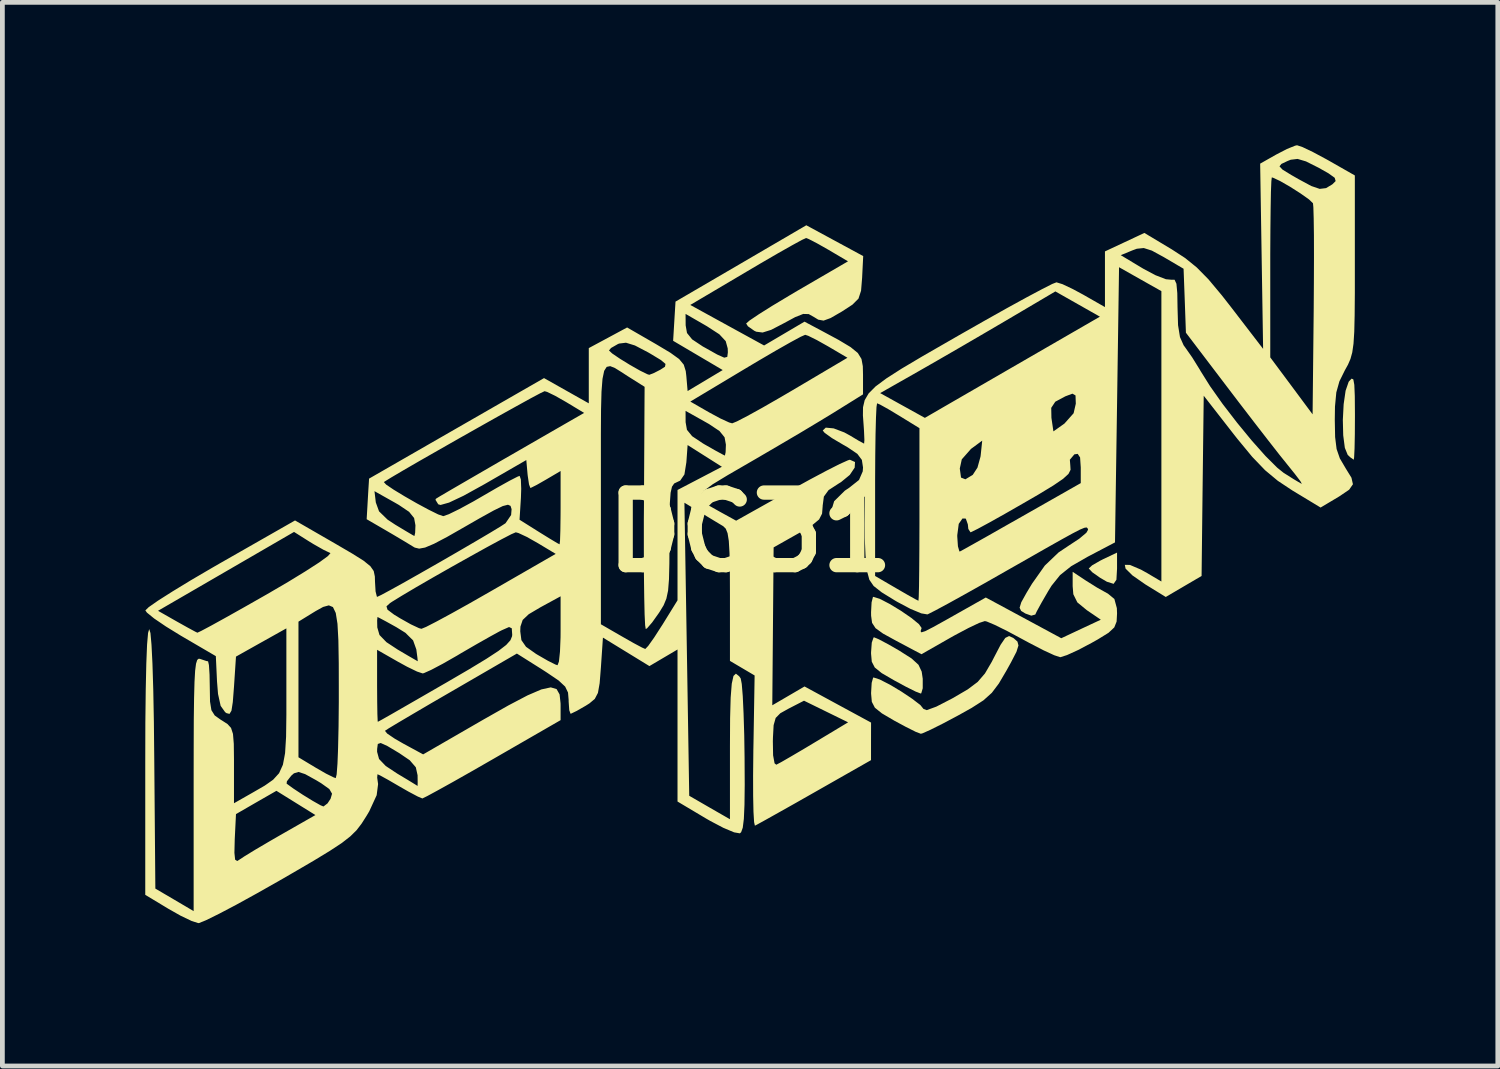
<source format=kicad_pcb>
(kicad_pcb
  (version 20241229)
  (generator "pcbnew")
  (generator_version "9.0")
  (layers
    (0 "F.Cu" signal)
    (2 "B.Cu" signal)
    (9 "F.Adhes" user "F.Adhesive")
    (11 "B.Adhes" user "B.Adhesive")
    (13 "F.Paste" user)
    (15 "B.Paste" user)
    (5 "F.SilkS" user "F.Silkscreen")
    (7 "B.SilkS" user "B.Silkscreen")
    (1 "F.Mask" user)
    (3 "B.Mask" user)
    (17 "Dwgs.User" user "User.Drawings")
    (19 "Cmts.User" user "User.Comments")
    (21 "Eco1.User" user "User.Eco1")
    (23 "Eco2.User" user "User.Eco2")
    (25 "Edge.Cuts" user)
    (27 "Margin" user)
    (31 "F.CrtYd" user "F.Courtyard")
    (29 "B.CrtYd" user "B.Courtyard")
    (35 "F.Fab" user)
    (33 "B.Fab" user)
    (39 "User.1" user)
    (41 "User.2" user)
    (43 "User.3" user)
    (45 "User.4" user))
  (footprint "DC31"
    (layer "F.Cu")
    (at 12.7 8.127)
    (property "Reference" "DC31" (at 0 0 0) (layer "F.SilkS") (effects (font (size 1.524 1.524) (thickness 0.3))))
    (attr board_only exclude_from_pos_files exclude_from_bom)
    (fp_poly (pts (xy 7.705 0.763) (xy 7.692 0.996) (xy 7.633 1.082) (xy 7.492 1.038) (xy 7.345 0.952) (xy 7.185 0.839) (xy 7.112 0.761) (xy 7.112 0.758) (xy 7.181 0.694) (xy 7.351 0.596) (xy 7.408 0.567) (xy 7.705 0.426)) (stroke (width 0) (type solid)) (fill yes) (layer "F.SilkS"))
    (fp_poly (pts (xy 12.666 -3.211) (xy 12.687 -3.097) (xy 12.697 -2.862) (xy 12.7 -2.485) (xy 12.7 -2.429) (xy 12.698 -2.061) (xy 12.692 -1.764) (xy 12.683 -1.575) (xy 12.675 -1.524) (xy 12.602 -1.575) (xy 12.548 -1.626) (xy 12.488 -1.774) (xy 12.454 -2.036) (xy 12.446 -2.359) (xy 12.463 -2.689) (xy 12.504 -2.973) (xy 12.568 -3.159) (xy 12.576 -3.17) (xy 12.63 -3.227)) (stroke (width 0) (type solid)) (fill yes) (layer "F.SilkS"))
    (fp_poly (pts (xy 2.704 2.247) (xy 2.904 2.353) (xy 3.133 2.485) (xy 3.392 2.65) (xy 3.536 2.782) (xy 3.603 2.925) (xy 3.625 3.075) (xy 3.625 3.275) (xy 3.594 3.38) (xy 3.582 3.385) (xy 3.478 3.345) (xy 3.273 3.243) (xy 3.027 3.11) (xy 2.764 2.957) (xy 2.618 2.839) (xy 2.555 2.717) (xy 2.54 2.549) (xy 2.54 2.52) (xy 2.555 2.316) (xy 2.592 2.209) (xy 2.603 2.205)) (stroke (width 0) (type solid)) (fill yes) (layer "F.SilkS"))
    (fp_poly (pts (xy 5.522 2.216) (xy 5.539 2.228) (xy 5.614 2.295) (xy 5.635 2.376) (xy 5.593 2.509) (xy 5.479 2.73) (xy 5.383 2.903) (xy 5.223 3.175) (xy 5.076 3.37) (xy 4.9 3.528) (xy 4.651 3.688) (xy 4.364 3.848) (xy 4.05 4.015) (xy 3.792 4.144) (xy 3.625 4.219) (xy 3.585 4.23) (xy 3.479 4.19) (xy 3.273 4.087) (xy 3.028 3.955) (xy 2.766 3.801) (xy 2.62 3.683) (xy 2.556 3.56) (xy 2.541 3.391) (xy 2.541 3.365) (xy 2.553 3.161) (xy 2.583 3.053) (xy 2.593 3.048) (xy 2.724 3.091) (xy 2.935 3.199) (xy 3.177 3.344) (xy 3.406 3.497) (xy 3.576 3.628) (xy 3.641 3.709) (xy 3.709 3.734) (xy 3.909 3.661) (xy 4.239 3.491) (xy 4.25 3.485) (xy 4.567 3.3) (xy 4.778 3.142) (xy 4.932 2.963) (xy 5.075 2.718) (xy 5.12 2.63) (xy 5.261 2.36) (xy 5.358 2.218) (xy 5.436 2.178)) (stroke (width 0) (type solid)) (fill yes) (layer "F.SilkS"))
    (fp_poly (pts (xy 7.048 1.012) (xy 7.284 1.16) (xy 7.495 1.278) (xy 7.514 1.288) (xy 7.649 1.4) (xy 7.701 1.593) (xy 7.705 1.703) (xy 7.696 1.874) (xy 7.647 1.997) (xy 7.526 2.11) (xy 7.301 2.249) (xy 7.167 2.324) (xy 6.887 2.472) (xy 6.654 2.578) (xy 6.516 2.622) (xy 6.511 2.622) (xy 6.388 2.582) (xy 6.158 2.476) (xy 5.863 2.323) (xy 5.715 2.243) (xy 5.404 2.076) (xy 5.142 1.946) (xy 4.969 1.873) (xy 4.929 1.864) (xy 4.809 1.903) (xy 4.586 2.009) (xy 4.301 2.16) (xy 4.21 2.211) (xy 3.598 2.56) (xy 3.069 2.279) (xy 2.792 2.127) (xy 2.634 2.013) (xy 2.561 1.901) (xy 2.541 1.752) (xy 2.54 1.677) (xy 2.551 1.471) (xy 2.579 1.36) (xy 2.588 1.355) (xy 2.723 1.397) (xy 2.93 1.504) (xy 3.166 1.647) (xy 3.386 1.798) (xy 3.545 1.928) (xy 3.601 2.009) (xy 3.601 2.011) (xy 3.58 2.076) (xy 3.597 2.101) (xy 3.676 2.076) (xy 3.842 1.991) (xy 4.118 1.838) (xy 4.286 1.743) (xy 4.949 1.369) (xy 5.741 1.796) (xy 6.534 2.224) (xy 6.949 2.029) (xy 7.364 1.835) (xy 7.069 1.634) (xy 6.871 1.471) (xy 6.787 1.301) (xy 6.773 1.132) (xy 6.773 0.83)) (stroke (width 0) (type solid)) (fill yes) (layer "F.SilkS"))
    (fp_poly (pts (xy 11.601 -8.088) (xy 11.819 -7.984) (xy 12.095 -7.836) (xy 12.14 -7.811) (xy 12.698 -7.493) (xy 12.698 -5.63) (xy 12.698 -5.022) (xy 12.694 -4.557) (xy 12.686 -4.212) (xy 12.67 -3.96) (xy 12.644 -3.778) (xy 12.606 -3.64) (xy 12.554 -3.52) (xy 12.487 -3.399) (xy 12.374 -3.17) (xy 12.309 -2.938) (xy 12.281 -2.642) (xy 12.277 -2.36) (xy 12.284 -1.999) (xy 12.315 -1.749) (xy 12.383 -1.552) (xy 12.5 -1.353) (xy 12.502 -1.349) (xy 12.627 -1.146) (xy 12.658 -1.009) (xy 12.578 -0.894) (xy 12.373 -0.755) (xy 12.276 -0.697) (xy 11.979 -0.52) (xy 11.387 -0.878) (xy 11.081 -1.081) (xy 10.813 -1.304) (xy 10.543 -1.585) (xy 10.231 -1.963) (xy 10.16 -2.053) (xy 9.525 -2.868) (xy 9.502 -0.975) (xy 9.48 0.917) (xy 9.104 1.137) (xy 8.728 1.358) (xy 8.301 1.095) (xy 8.028 0.905) (xy 7.884 0.762) (xy 7.868 0.683) (xy 7.976 0.685) (xy 8.206 0.783) (xy 8.335 0.855) (xy 8.636 1.033) (xy 8.636 -5.064) (xy 8.191 -5.315) (xy 7.747 -5.566) (xy 7.705 -2.677) (xy 7.662 0.212) (xy 7.083 0.516) (xy 6.742 0.712) (xy 6.509 0.898) (xy 6.33 1.121) (xy 6.259 1.236) (xy 6.12 1.476) (xy 6.02 1.659) (xy 5.988 1.727) (xy 5.904 1.75) (xy 5.78 1.705) (xy 5.69 1.65) (xy 5.659 1.583) (xy 5.694 1.469) (xy 5.804 1.271) (xy 5.92 1.079) (xy 6.188 0.699) (xy 6.477 0.423) (xy 6.683 0.285) (xy 6.911 0.135) (xy 7.06 0.01) (xy 7.097 -0.054) (xy 7.086 -0.085) (xy 7.066 -0.102) (xy 7.019 -0.095) (xy 6.927 -0.057) (xy 6.772 0.023) (xy 6.536 0.153) (xy 6.199 0.343) (xy 5.745 0.602) (xy 5.402 0.797) (xy 4.933 1.064) (xy 4.509 1.302) (xy 4.153 1.499) (xy 3.889 1.641) (xy 3.741 1.716) (xy 3.723 1.724) (xy 3.594 1.702) (xy 3.368 1.608) (xy 3.091 1.461) (xy 3.048 1.436) (xy 2.764 1.261) (xy 2.594 1.127) (xy 2.504 0.996) (xy 2.483 0.917) (xy 2.625 0.917) (xy 3.069 1.176) (xy 3.306 1.313) (xy 3.476 1.408) (xy 3.535 1.437) (xy 3.541 1.357) (xy 3.547 1.133) (xy 3.551 0.787) (xy 3.554 0.346) (xy 3.555 0.06) (xy 4.35 0.06) (xy 4.35 0.089) (xy 4.364 0.294) (xy 4.394 0.399) (xy 4.405 0.403) (xy 4.492 0.356) (xy 4.701 0.239) (xy 5.007 0.067) (xy 5.383 -0.147) (xy 5.699 -0.326) (xy 6.943 -1.033) (xy 6.943 -1.361) (xy 6.929 -1.571) (xy 6.879 -1.647) (xy 6.809 -1.637) (xy 6.714 -1.524) (xy 6.724 -1.395) (xy 6.729 -1.312) (xy 6.685 -1.226) (xy 6.571 -1.122) (xy 6.367 -0.983) (xy 6.051 -0.791) (xy 5.726 -0.603) (xy 5.349 -0.387) (xy 5.024 -0.205) (xy 4.78 -0.073) (xy 4.644 -0.006) (xy 4.627 0) (xy 4.582 -0.071) (xy 4.572 -0.167) (xy 4.529 -0.288) (xy 4.459 -0.29) (xy 4.381 -0.177) (xy 4.35 0.06) (xy 3.555 0.06) (xy 3.556 -0.167) (xy 3.556 -0.374) (xy 3.556 -1.339) (xy 4.403 -1.339) (xy 4.429 -1.149) (xy 4.521 -1.113) (xy 4.675 -1.206) (xy 4.774 -1.358) (xy 4.838 -1.589) (xy 4.842 -1.619) (xy 4.874 -1.925) (xy 4.638 -1.751) (xy 4.445 -1.532) (xy 4.403 -1.339) (xy 3.556 -1.339) (xy 3.556 -2.187) (xy 3.131 -2.448) (xy 2.898 -2.588) (xy 2.727 -2.683) (xy 2.666 -2.709) (xy 2.654 -2.629) (xy 2.643 -2.403) (xy 2.634 -2.058) (xy 2.628 -1.616) (xy 2.625 -1.103) (xy 2.625 -0.896) (xy 2.625 0.917) (xy 2.483 0.917) (xy 2.459 0.829) (xy 2.448 0.756) (xy 2.423 0.48) (xy 2.408 0.121) (xy 2.406 -0.175) (xy 2.413 -0.753) (xy 2.053 -0.542) (xy 1.848 -0.437) (xy 1.718 -0.398) (xy 1.693 -0.413) (xy 1.765 -0.653) (xy 1.989 -0.874) (xy 2.083 -0.937) (xy 2.287 -1.099) (xy 2.365 -1.279) (xy 2.371 -1.362) (xy 2.347 -1.52) (xy 2.252 -1.647) (xy 2.05 -1.784) (xy 1.949 -1.842) (xy 1.719 -1.978) (xy 1.565 -2.089) (xy 1.525 -2.138) (xy 1.589 -2.198) (xy 1.755 -2.182) (xy 1.979 -2.097) (xy 2.098 -2.032) (xy 2.28 -1.923) (xy 2.386 -1.866) (xy 2.394 -1.863) (xy 2.4 -1.938) (xy 2.392 -2.129) (xy 2.384 -2.246) (xy 2.369 -2.454) (xy 2.371 -2.626) (xy 2.406 -2.774) (xy 2.488 -2.915) (xy 2.496 -2.923) (xy 2.731 -2.923) (xy 3.2 -2.663) (xy 3.67 -2.403) (xy 4.032 -2.613) (xy 6.323 -2.613) (xy 6.327 -2.405) (xy 6.332 -2.37) (xy 6.369 -2.119) (xy 6.6 -2.283) (xy 6.793 -2.5) (xy 6.839 -2.701) (xy 6.833 -2.874) (xy 6.768 -2.911) (xy 6.619 -2.855) (xy 6.408 -2.742) (xy 6.323 -2.613) (xy 4.032 -2.613) (xy 5.507 -3.466) (xy 7.345 -4.528) (xy 6.877 -4.793) (xy 6.41 -5.058) (xy 5.385 -4.453) (xy 4.917 -4.179) (xy 4.411 -3.884) (xy 3.928 -3.605) (xy 3.546 -3.386) (xy 2.731 -2.923) (xy 2.496 -2.923) (xy 2.635 -3.063) (xy 2.861 -3.231) (xy 3.181 -3.436) (xy 3.612 -3.692) (xy 4.168 -4.012) (xy 4.389 -4.139) (xy 4.911 -4.436) (xy 5.388 -4.704) (xy 5.8 -4.93) (xy 6.125 -5.103) (xy 6.343 -5.214) (xy 6.433 -5.249) (xy 6.56 -5.21) (xy 6.779 -5.106) (xy 6.996 -4.989) (xy 7.451 -4.729) (xy 7.451 -5.819) (xy 7.783 -5.819) (xy 8.252 -5.537) (xy 8.513 -5.398) (xy 8.731 -5.314) (xy 8.848 -5.303) (xy 8.913 -5.303) (xy 8.952 -5.219) (xy 8.97 -5.022) (xy 8.975 -4.719) (xy 8.986 -4.349) (xy 9.026 -4.1) (xy 9.103 -3.927) (xy 9.134 -3.885) (xy 9.284 -3.671) (xy 9.442 -3.416) (xy 9.459 -3.386) (xy 9.659 -3.067) (xy 9.922 -2.695) (xy 10.223 -2.304) (xy 10.532 -1.928) (xy 10.823 -1.601) (xy 11.068 -1.357) (xy 11.201 -1.25) (xy 11.41 -1.118) (xy 11.553 -1.033) (xy 11.586 -1.018) (xy 11.553 -1.076) (xy 11.436 -1.229) (xy 11.284 -1.418) (xy 11.12 -1.622) (xy 10.88 -1.929) (xy 10.588 -2.306) (xy 10.27 -2.72) (xy 10.052 -3.006) (xy 9.545 -3.673) (xy 10.922 -3.673) (xy 11.367 -3.075) (xy 11.811 -2.477) (xy 11.834 -4.645) (xy 11.838 -5.237) (xy 11.84 -5.775) (xy 11.839 -6.235) (xy 11.834 -6.594) (xy 11.827 -6.827) (xy 11.819 -6.909) (xy 11.736 -6.989) (xy 11.557 -7.116) (xy 11.336 -7.257) (xy 11.125 -7.378) (xy 10.979 -7.446) (xy 10.954 -7.451) (xy 10.945 -7.37) (xy 10.936 -7.144) (xy 10.93 -6.797) (xy 10.925 -6.352) (xy 10.922 -5.834) (xy 10.922 -5.562) (xy 10.922 -3.673) (xy 9.545 -3.673) (xy 9.151 -4.191) (xy 9.127 -4.863) (xy 9.102 -5.534) (xy 8.687 -5.778) (xy 8.436 -5.915) (xy 8.266 -5.969) (xy 8.12 -5.954) (xy 8.028 -5.92) (xy 7.783 -5.819) (xy 7.451 -5.819) (xy 7.451 -5.898) (xy 7.865 -6.092) (xy 8.279 -6.286) (xy 8.856 -5.94) (xy 9.136 -5.758) (xy 9.38 -5.56) (xy 9.625 -5.311) (xy 9.905 -4.976) (xy 10.102 -4.724) (xy 10.772 -3.852) (xy 10.711 -7.684) (xy 11.116 -7.684) (xy 11.179 -7.616) (xy 11.363 -7.503) (xy 11.515 -7.416) (xy 11.784 -7.271) (xy 11.96 -7.211) (xy 12.093 -7.227) (xy 12.225 -7.306) (xy 12.295 -7.375) (xy 12.275 -7.444) (xy 12.144 -7.538) (xy 11.937 -7.655) (xy 11.672 -7.788) (xy 11.496 -7.84) (xy 11.352 -7.823) (xy 11.284 -7.796) (xy 11.156 -7.735) (xy 11.116 -7.684) (xy 10.711 -7.684) (xy 10.71 -7.741) (xy 11.049 -7.933) (xy 11.273 -8.049) (xy 11.444 -8.118) (xy 11.485 -8.127)) (stroke (width 0) (type solid)) (fill yes) (layer "F.SilkS"))
    (fp_poly (pts (xy 2.375 -5.8) (xy 2.352 -5.341) (xy 2.33 -5.073) (xy 2.276 -4.907) (xy 2.149 -4.78) (xy 1.928 -4.636) (xy 1.691 -4.499) (xy 1.543 -4.445) (xy 1.431 -4.465) (xy 1.345 -4.518) (xy 1.231 -4.582) (xy 1.115 -4.585) (xy 0.946 -4.518) (xy 0.713 -4.392) (xy 0.442 -4.251) (xy 0.263 -4.195) (xy 0.13 -4.212) (xy 0.089 -4.231) (xy -0.046 -4.326) (xy -0.083 -4.384) (xy -0.013 -4.446) (xy 0.178 -4.575) (xy 0.464 -4.755) (xy 0.82 -4.969) (xy 0.987 -5.068) (xy 2.056 -5.69) (xy 1.642 -5.934) (xy 1.407 -6.067) (xy 1.235 -6.156) (xy 1.175 -6.179) (xy 1.088 -6.139) (xy 0.881 -6.026) (xy 0.579 -5.855) (xy 0.209 -5.64) (xy -0.067 -5.477) (xy -1.256 -4.774) (xy -0.481 -4.348) (xy 0.294 -3.923) (xy 0.718 -4.173) (xy 1.142 -4.423) (xy 1.481 -4.243) (xy 1.858 -4.04) (xy 2.11 -3.889) (xy 2.262 -3.765) (xy 2.339 -3.639) (xy 2.367 -3.487) (xy 2.371 -3.312) (xy 2.371 -2.896) (xy 1.757 -2.514) (xy 1.458 -2.332) (xy 1.058 -2.092) (xy 0.601 -1.823) (xy 0.134 -1.55) (xy -0.023 -1.459) (xy -0.47 -1.2) (xy -0.783 -1.01) (xy -0.971 -0.871) (xy -1.046 -0.765) (xy -1.018 -0.674) (xy -0.898 -0.58) (xy -0.695 -0.466) (xy -0.633 -0.431) (xy -0.293 -0.244) (xy 0.849 -0.884) (xy 1.25 -1.105) (xy 1.603 -1.293) (xy 1.881 -1.434) (xy 2.055 -1.512) (xy 2.095 -1.524) (xy 2.203 -1.476) (xy 2.196 -1.358) (xy 2.093 -1.205) (xy 1.909 -1.054) (xy 1.863 -1.026) (xy 1.648 -0.886) (xy 1.549 -0.75) (xy 1.524 -0.56) (xy 1.524 -0.55) (xy 1.511 -0.391) (xy 1.449 -0.27) (xy 1.306 -0.151) (xy 1.05 0.004) (xy 1.009 0.026) (xy 0.494 0.317) (xy 0.466 3.632) (xy 1.143 3.237) (xy 1.841 3.616) (xy 2.54 3.995) (xy 2.539 4.389) (xy 2.539 4.784) (xy 1.349 5.461) (xy 0.944 5.691) (xy 0.59 5.89) (xy 0.315 6.044) (xy 0.144 6.138) (xy 0.101 6.16) (xy 0.084 6.086) (xy 0.071 5.869) (xy 0.064 5.534) (xy 0.063 5.107) (xy 0.068 4.614) (xy 0.068 4.593) (xy 0.072 4.389) (xy 0.478 4.389) (xy 0.483 4.683) (xy 0.514 4.851) (xy 0.55 4.88) (xy 0.656 4.824) (xy 0.869 4.701) (xy 1.156 4.532) (xy 1.346 4.418) (xy 2.058 3.99) (xy 1.595 3.763) (xy 1.132 3.536) (xy 0.811 3.701) (xy 0.635 3.799) (xy 0.537 3.898) (xy 0.494 4.05) (xy 0.48 4.306) (xy 0.478 4.389) (xy 0.072 4.389) (xy 0.095 3.006) (xy -0.423 2.7) (xy -0.423 1.328) (xy -0.425 0.81) (xy -0.432 0.437) (xy -0.447 0.181) (xy -0.473 0.019) (xy -0.511 -0.076) (xy -0.565 -0.129) (xy -0.572 -0.133) (xy -0.735 -0.231) (xy -0.966 -0.371) (xy -1.049 -0.421) (xy -1.379 -0.621) (xy -1.328 2.455) (xy -1.278 5.532) (xy -0.851 5.779) (xy -0.423 6.025) (xy -0.423 4.494) (xy -0.42 3.904) (xy -0.408 3.47) (xy -0.385 3.179) (xy -0.349 3.016) (xy -0.298 2.968) (xy -0.23 3.022) (xy -0.197 3.069) (xy -0.175 3.184) (xy -0.154 3.44) (xy -0.137 3.807) (xy -0.123 4.257) (xy -0.116 4.726) (xy -0.113 5.299) (xy -0.118 5.723) (xy -0.131 6.017) (xy -0.154 6.202) (xy -0.188 6.297) (xy -0.215 6.321) (xy -0.336 6.3) (xy -0.558 6.207) (xy -0.839 6.059) (xy -0.926 6.009) (xy -1.524 5.653) (xy -1.524 2.461) (xy -2.114 2.809) (xy -2.602 2.51) (xy -3.09 2.211) (xy -3.133 2.842) (xy -3.159 3.169) (xy -3.195 3.372) (xy -3.261 3.498) (xy -3.373 3.592) (xy -3.452 3.642) (xy -3.64 3.75) (xy -3.758 3.807) (xy -3.77 3.81) (xy -3.797 3.736) (xy -3.81 3.553) (xy -3.81 3.521) (xy -3.823 3.365) (xy -3.883 3.24) (xy -4.02 3.112) (xy -4.265 2.946) (xy -4.353 2.889) (xy -4.897 2.546) (xy -6.263 3.338) (xy -6.696 3.589) (xy -7.076 3.812) (xy -7.381 3.992) (xy -7.586 4.115) (xy -7.667 4.168) (xy -7.621 4.225) (xy -7.462 4.333) (xy -7.285 4.435) (xy -6.865 4.663) (xy -5.599 3.932) (xy -5.073 3.634) (xy -4.673 3.424) (xy -4.383 3.299) (xy -4.185 3.256) (xy -4.063 3.292) (xy -4 3.404) (xy -3.98 3.588) (xy -3.979 3.629) (xy -3.979 3.944) (xy -5.405 4.766) (xy -5.848 5.02) (xy -6.24 5.242) (xy -6.559 5.419) (xy -6.78 5.539) (xy -6.88 5.588) (xy -6.883 5.588) (xy -6.978 5.548) (xy -7.172 5.445) (xy -7.366 5.334) (xy -7.6 5.198) (xy -7.767 5.106) (xy -7.824 5.08) (xy -7.83 5.151) (xy -7.811 5.286) (xy -7.841 5.52) (xy -7.996 5.857) (xy -8.056 5.958) (xy -8.158 6.118) (xy -8.263 6.255) (xy -8.394 6.384) (xy -8.572 6.523) (xy -8.821 6.687) (xy -9.161 6.894) (xy -9.615 7.159) (xy -9.892 7.319) (xy -10.362 7.585) (xy -10.787 7.819) (xy -11.146 8.008) (xy -11.413 8.14) (xy -11.566 8.203) (xy -11.586 8.206) (xy -11.727 8.161) (xy -11.96 8.049) (xy -12.213 7.906) (xy -12.7 7.612) (xy -12.7 4.822) (xy -12.698 3.997) (xy -12.69 3.307) (xy -12.678 2.758) (xy -12.662 2.358) (xy -12.641 2.114) (xy -12.617 2.032) (xy -12.591 2.115) (xy -12.569 2.36) (xy -12.549 2.757) (xy -12.532 3.299) (xy -12.519 3.977) (xy -12.511 4.757) (xy -12.488 7.481) (xy -12.086 7.717) (xy -11.684 7.954) (xy -11.684 6.73) (xy -10.828 6.73) (xy -10.813 6.874) (xy -10.768 6.902) (xy -10.736 6.882) (xy -10.618 6.804) (xy -10.391 6.665) (xy -10.09 6.488) (xy -9.877 6.365) (xy -9.127 5.937) (xy -9.946 5.428) (xy -10.371 5.672) (xy -10.795 5.917) (xy -10.821 6.444) (xy -10.828 6.73) (xy -11.684 6.73) (xy -11.684 5.28) (xy -11.683 4.534) (xy -11.681 3.94) (xy -11.675 3.482) (xy -11.666 3.144) (xy -11.653 2.909) (xy -11.634 2.76) (xy -11.609 2.68) (xy -11.577 2.654) (xy -11.55 2.658) (xy -11.415 2.703) (xy -11.381 2.709) (xy -11.363 2.787) (xy -11.35 2.988) (xy -11.345 3.255) (xy -11.34 3.554) (xy -11.311 3.735) (xy -11.241 3.846) (xy -11.112 3.938) (xy -11.091 3.95) (xy -10.973 4.026) (xy -10.899 4.107) (xy -10.858 4.233) (xy -10.841 4.442) (xy -10.837 4.77) (xy -10.837 4.895) (xy -10.837 5.689) (xy -10.435 5.46) (xy -10.193 5.32) (xy -10.131 5.277) (xy -9.732 5.277) (xy -9.592 5.379) (xy -9.392 5.511) (xy -9.182 5.64) (xy -9.019 5.732) (xy -8.958 5.757) (xy -8.873 5.692) (xy -8.809 5.595) (xy -8.778 5.489) (xy -8.835 5.391) (xy -9.006 5.269) (xy -9.112 5.205) (xy -9.344 5.077) (xy -9.483 5.032) (xy -9.578 5.061) (xy -9.635 5.111) (xy -9.726 5.228) (xy -9.732 5.277) (xy -10.131 5.277) (xy -10.015 5.195) (xy -9.89 5.058) (xy -9.81 4.881) (xy -9.78 4.724) (xy -9.483 4.724) (xy -9.123 4.941) (xy -8.902 5.068) (xy -8.742 5.147) (xy -8.7 5.161) (xy -8.681 5.082) (xy -8.664 4.858) (xy -8.654 4.609) (xy -7.832 4.609) (xy -7.791 4.76) (xy -7.65 4.907) (xy -7.408 5.067) (xy -7.181 5.203) (xy -7.026 5.298) (xy -6.982 5.326) (xy -6.98 5.259) (xy -6.982 5.101) (xy -7.019 4.934) (xy -7.147 4.786) (xy -7.366 4.637) (xy -7.617 4.487) (xy -7.756 4.424) (xy -7.817 4.444) (xy -7.831 4.547) (xy -7.832 4.609) (xy -8.654 4.609) (xy -8.651 4.513) (xy -8.641 4.074) (xy -8.636 3.564) (xy -8.636 3.384) (xy -8.636 3.223) (xy -7.832 3.223) (xy -7.83 3.557) (xy -7.826 3.816) (xy -7.82 3.961) (xy -7.817 3.979) (xy -7.742 3.939) (xy -7.544 3.827) (xy -7.245 3.655) (xy -6.868 3.438) (xy -6.435 3.188) (xy -6.398 3.167) (xy -5.903 2.878) (xy -5.538 2.657) (xy -5.283 2.49) (xy -5.121 2.365) (xy -5.032 2.266) (xy -4.998 2.182) (xy -4.995 2.149) (xy -5 2.079) (xy -4.826 2.079) (xy -4.802 2.264) (xy -4.705 2.404) (xy -4.496 2.552) (xy -4.466 2.57) (xy -4.246 2.697) (xy -4.086 2.777) (xy -4.043 2.791) (xy -4.014 2.714) (xy -3.992 2.507) (xy -3.98 2.207) (xy -3.979 2.069) (xy -3.979 1.344) (xy -4.403 1.575) (xy -4.648 1.72) (xy -4.775 1.84) (xy -4.822 1.98) (xy -4.826 2.079) (xy -5 2.079) (xy -5.004 2.016) (xy -5.061 1.989) (xy -5.211 2.055) (xy -5.259 2.079) (xy -5.456 2.187) (xy -5.744 2.35) (xy -6.07 2.539) (xy -6.155 2.59) (xy -6.451 2.759) (xy -6.695 2.888) (xy -6.849 2.957) (xy -6.876 2.963) (xy -6.993 2.924) (xy -7.203 2.822) (xy -7.398 2.715) (xy -7.832 2.467) (xy -7.832 3.223) (xy -8.636 3.223) (xy -8.637 2.749) (xy -8.645 2.266) (xy -8.664 1.92) (xy -8.675 1.851) (xy -7.831 1.851) (xy -7.828 1.997) (xy -7.782 2.156) (xy -7.637 2.306) (xy -7.402 2.461) (xy -7.176 2.594) (xy -7.022 2.683) (xy -6.978 2.708) (xy -6.985 2.636) (xy -7.008 2.461) (xy -7.009 2.457) (xy -7.076 2.27) (xy -7.238 2.11) (xy -7.428 1.992) (xy -7.646 1.871) (xy -7.791 1.794) (xy -7.824 1.778) (xy -7.831 1.851) (xy -8.675 1.851) (xy -8.7 1.694) (xy -8.759 1.57) (xy -8.797 1.554) (xy -7.635 1.554) (xy -7.614 1.624) (xy -7.476 1.728) (xy -7.348 1.806) (xy -7.122 1.933) (xy -6.951 2.013) (xy -6.9 2.026) (xy -6.803 1.986) (xy -6.585 1.874) (xy -6.269 1.703) (xy -5.88 1.486) (xy -5.449 1.24) (xy -4.082 0.453) (xy -4.458 0.227) (xy -4.688 0.097) (xy -4.864 0.015) (xy -4.92 0) (xy -5.013 0.04) (xy -5.223 0.149) (xy -5.521 0.31) (xy -5.878 0.508) (xy -6.265 0.725) (xy -6.652 0.945) (xy -7.01 1.152) (xy -7.31 1.33) (xy -7.523 1.461) (xy -7.56 1.486) (xy -7.635 1.554) (xy -8.797 1.554) (xy -8.845 1.534) (xy -8.965 1.567) (xy -9.122 1.654) (xy -9.184 1.692) (xy -9.483 1.876) (xy -9.483 4.724) (xy -9.78 4.724) (xy -9.764 4.636) (xy -9.743 4.296) (xy -9.737 3.832) (xy -9.737 3.454) (xy -9.737 2.017) (xy -10.266 2.313) (xy -10.795 2.61) (xy -10.837 3.246) (xy -10.862 3.566) (xy -10.89 3.746) (xy -10.931 3.813) (xy -10.994 3.797) (xy -11.023 3.776) (xy -11.117 3.644) (xy -11.172 3.394) (xy -11.193 3.135) (xy -11.218 2.6) (xy -11.957 2.168) (xy -12.267 1.977) (xy -12.514 1.809) (xy -12.665 1.686) (xy -12.692 1.648) (xy -12.432 1.648) (xy -12.037 1.873) (xy -11.81 2) (xy -11.651 2.086) (xy -11.605 2.108) (xy -11.524 2.07) (xy -11.319 1.961) (xy -11.013 1.792) (xy -10.63 1.577) (xy -10.192 1.328) (xy -10.134 1.295) (xy -9.701 1.042) (xy -9.332 0.816) (xy -9.047 0.632) (xy -8.867 0.501) (xy -8.811 0.438) (xy -8.816 0.435) (xy -8.956 0.368) (xy -9.169 0.247) (xy -9.254 0.195) (xy -9.576 -0.008) (xy -11.004 0.82) (xy -12.432 1.648) (xy -12.692 1.648) (xy -12.698 1.64) (xy -12.628 1.572) (xy -12.432 1.435) (xy -12.13 1.243) (xy -11.746 1.009) (xy -11.299 0.747) (xy -11.127 0.648) (xy -9.555 -0.249) (xy -8.716 0.235) (xy -8.355 0.446) (xy -8.116 0.596) (xy -7.974 0.711) (xy -7.903 0.813) (xy -7.879 0.928) (xy -7.876 1.037) (xy -7.864 1.241) (xy -7.837 1.35) (xy -7.829 1.355) (xy -7.744 1.315) (xy -7.54 1.205) (xy -7.248 1.043) (xy -6.897 0.844) (xy -6.513 0.625) (xy -6.127 0.402) (xy -5.767 0.192) (xy -5.462 0.012) (xy -5.239 -0.123) (xy -5.135 -0.191) (xy -5.018 -0.363) (xy -5.008 -0.486) (xy -5.03 -0.555) (xy -5.084 -0.579) (xy -5.193 -0.551) (xy -5.382 -0.459) (xy -5.675 -0.297) (xy -5.969 -0.128) (xy -6.361 0.096) (xy -6.637 0.241) (xy -6.824 0.32) (xy -6.949 0.343) (xy -7.041 0.321) (xy -7.07 0.304) (xy -7.239 0.201) (xy -7.486 0.054) (xy -7.645 -0.039) (xy -8.051 -0.275) (xy -8.017 -0.864) (xy -7.887 -0.864) (xy -7.859 -0.627) (xy -7.791 -0.44) (xy -7.612 -0.266) (xy -7.451 -0.16) (xy -7.233 -0.029) (xy -7.086 0.058) (xy -7.048 0.078) (xy -7.033 0.01) (xy -7.027 -0.148) (xy -7.055 -0.3) (xy -7.16 -0.43) (xy -7.377 -0.576) (xy -7.457 -0.622) (xy -7.887 -0.864) (xy -8.017 -0.864) (xy -8.005 -1.054) (xy -7.69 -1.054) (xy -7.642 -1.002) (xy -7.484 -0.895) (xy -7.255 -0.756) (xy -6.997 -0.608) (xy -6.748 -0.474) (xy -6.55 -0.376) (xy -6.443 -0.339) (xy -6.326 -0.38) (xy -6.103 -0.489) (xy -5.809 -0.649) (xy -5.614 -0.762) (xy -5.303 -0.942) (xy -5.048 -1.084) (xy -4.882 -1.169) (xy -4.839 -1.185) (xy -4.813 -1.109) (xy -4.806 -0.913) (xy -4.812 -0.725) (xy -4.841 -0.264) (xy -4.431 -0.006) (xy -4.206 0.133) (xy -4.049 0.227) (xy -4 0.252) (xy -3.991 0.175) (xy -3.984 -0.035) (xy -3.98 -0.339) (xy -3.979 -0.516) (xy -3.979 -1.287) (xy -4.281 -1.109) (xy -4.475 -0.998) (xy -4.598 -0.936) (xy -4.614 -0.931) (xy -4.642 -1.006) (xy -4.669 -1.188) (xy -4.673 -1.224) (xy -4.699 -1.517) (xy -5.58 -1.009) (xy -6.016 -0.768) (xy -6.321 -0.624) (xy -6.5 -0.574) (xy -6.548 -0.588) (xy -6.606 -0.682) (xy -6.598 -0.704) (xy -6.517 -0.754) (xy -6.311 -0.875) (xy -6.003 -1.054) (xy -5.615 -1.279) (xy -5.168 -1.538) (xy -5.023 -1.621) (xy -4.255 -2.064) (xy -3.133 -2.064) (xy -3.133 -1.411) (xy -3.133 -0.822) (xy -3.133 1.931) (xy -2.688 2.188) (xy -2.447 2.325) (xy -2.269 2.42) (xy -2.201 2.45) (xy -2.139 2.385) (xy -2.016 2.212) (xy -1.857 1.965) (xy -1.841 1.941) (xy -1.524 1.428) (xy -1.524 -0.889) (xy -1.058 -1.132) (xy -0.592 -1.376) (xy -0.952 -1.604) (xy -1.312 -1.832) (xy -1.338 -1.471) (xy -1.379 -1.215) (xy -1.468 -1.085) (xy -1.528 -1.057) (xy -1.594 -1.025) (xy -1.64 -0.958) (xy -1.669 -0.831) (xy -1.685 -0.615) (xy -1.692 -0.284) (xy -1.693 0.177) (xy -1.695 0.65) (xy -1.703 0.987) (xy -1.722 1.224) (xy -1.758 1.393) (xy -1.815 1.531) (xy -1.899 1.669) (xy -1.916 1.695) (xy -2.057 1.893) (xy -2.162 2.014) (xy -2.191 2.032) (xy -2.204 1.951) (xy -2.215 1.721) (xy -2.223 1.363) (xy -2.229 0.898) (xy -2.231 0.346) (xy -2.231 -0.271) (xy -2.229 -0.511) (xy -2.218 -2.55) (xy -1.355 -2.55) (xy -1.354 -2.312) (xy -1.326 -2.152) (xy -1.217 -2.018) (xy -0.991 -1.867) (xy -0.952 -1.844) (xy -0.727 -1.716) (xy -0.572 -1.632) (xy -0.529 -1.611) (xy -0.514 -1.682) (xy -0.508 -1.841) (xy -0.536 -1.995) (xy -0.642 -2.126) (xy -0.862 -2.273) (xy -0.931 -2.312) (xy -1.355 -2.55) (xy -2.218 -2.55) (xy -2.217 -2.745) (xy -1.255 -2.745) (xy -0.86 -2.518) (xy -0.623 -2.39) (xy -0.44 -2.306) (xy -0.376 -2.288) (xy -0.276 -2.329) (xy -0.058 -2.442) (xy 0.252 -2.613) (xy 0.626 -2.828) (xy 0.879 -2.976) (xy 2.044 -3.665) (xy 1.636 -3.905) (xy 1.399 -4.038) (xy 1.221 -4.126) (xy 1.157 -4.147) (xy 1.063 -4.106) (xy 0.852 -3.992) (xy 0.547 -3.819) (xy 0.176 -3.602) (xy -0.084 -3.447) (xy -1.255 -2.745) (xy -2.217 -2.745) (xy -2.215 -3.055) (xy -2.553 -3.268) (xy -2.712 -3.371) (xy -2.839 -3.45) (xy -2.937 -3.489) (xy -3.011 -3.474) (xy -3.064 -3.39) (xy -3.099 -3.222) (xy -3.12 -2.954) (xy -3.13 -2.573) (xy -3.133 -2.064) (xy -4.255 -2.064) (xy -3.485 -2.507) (xy -3.863 -2.735) (xy -4.091 -2.865) (xy -4.262 -2.948) (xy -4.315 -2.963) (xy -4.4 -2.923) (xy -4.605 -2.814) (xy -4.906 -2.648) (xy -5.277 -2.442) (xy -5.691 -2.209) (xy -6.125 -1.964) (xy -6.551 -1.721) (xy -6.945 -1.496) (xy -7.28 -1.302) (xy -7.531 -1.154) (xy -7.672 -1.067) (xy -7.69 -1.054) (xy -8.005 -1.054) (xy -8.001 -1.127) (xy -6.164 -2.183) (xy -4.327 -3.238) (xy -3.387 -2.708) (xy -3.387 -3.818) (xy -2.963 -3.818) (xy -2.897 -3.756) (xy -2.732 -3.644) (xy -2.521 -3.514) (xy -2.313 -3.396) (xy -2.159 -3.32) (xy -2.117 -3.307) (xy -2.019 -3.345) (xy -1.884 -3.414) (xy -1.787 -3.477) (xy -1.776 -3.535) (xy -1.871 -3.616) (xy -2.091 -3.749) (xy -2.141 -3.778) (xy -2.418 -3.923) (xy -2.606 -3.981) (xy -2.751 -3.963) (xy -2.777 -3.952) (xy -2.92 -3.87) (xy -2.963 -3.818) (xy -3.387 -3.818) (xy -3.387 -3.868) (xy -2.985 -4.084) (xy -2.582 -4.301) (xy -1.974 -3.95) (xy -1.673 -3.77) (xy -1.49 -3.638) (xy -1.393 -3.52) (xy -1.351 -3.384) (xy -1.339 -3.282) (xy -1.312 -2.966) (xy -0.575 -3.407) (xy -1.616 -4.021) (xy -1.582 -4.586) (xy -1.355 -4.586) (xy -1.353 -4.346) (xy -1.325 -4.185) (xy -1.217 -4.051) (xy -0.993 -3.902) (xy -0.951 -3.879) (xy -0.689 -3.732) (xy -0.543 -3.667) (xy -0.479 -3.683) (xy -0.467 -3.778) (xy -0.47 -3.861) (xy -0.512 -4.014) (xy -0.646 -4.158) (xy -0.905 -4.326) (xy -0.917 -4.333) (xy -1.355 -4.586) (xy -1.582 -4.586) (xy -1.566 -4.844) (xy -0.193 -5.645) (xy 1.18 -6.447)) (stroke (width 0) (type solid)) (fill yes) (layer "F.SilkS")))
  (gr_rect
    (start -3 -3)
    (end 28.4 19.333)
    (stroke (width 0.1) (type default))
    (fill no)
    (layer "Edge.Cuts")))
</source>
